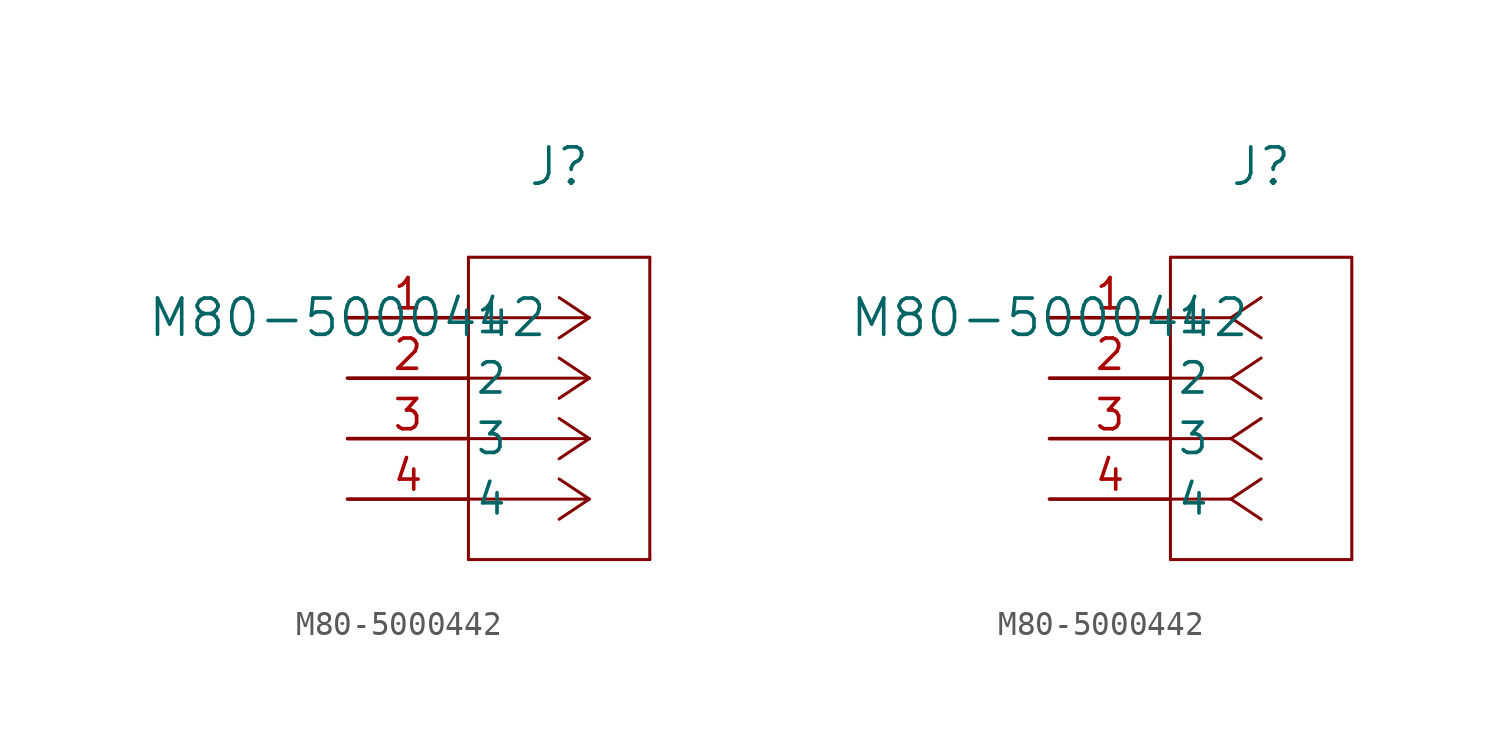
<source format=kicad_sym>
(kicad_symbol_lib
  (version 20211014)
  (generator kicad_symbol_editor)
  (symbol "M80-5000442"
    (pin_names
      (offset 0.254))
    (property "Reference" "J"
      (at 8.89 6.35 0)
      (effects (font (size 1.524 1.524))))
    (property "Value" "M80-5000442"
      (at 0 0 0)
      (effects (font (size 1.524 1.524))))
    (symbol "M80-5000442_1_1"
      (polyline (pts (xy 10.16 0) (xy 5.08 0)) (stroke (width 0.127) (type default) (color 0 0 0 0)) (fill (type none)))
      (polyline (pts (xy 10.16 -2.54) (xy 5.08 -2.54)) (stroke (width 0.127) (type default) (color 0 0 0 0)) (fill (type none)))
      (polyline (pts (xy 10.16 -5.08) (xy 5.08 -5.08)) (stroke (width 0.127) (type default) (color 0 0 0 0)) (fill (type none)))
      (polyline (pts (xy 10.16 -7.62) (xy 5.08 -7.62)) (stroke (width 0.127) (type default) (color 0 0 0 0)) (fill (type none)))
      (polyline (pts (xy 10.16 0) (xy 8.89 0.847)) (stroke (width 0.127) (type default) (color 0 0 0 0)) (fill (type none)))
      (polyline (pts (xy 10.16 -2.54) (xy 8.89 -1.693)) (stroke (width 0.127) (type default) (color 0 0 0 0)) (fill (type none)))
      (polyline (pts (xy 10.16 -5.08) (xy 8.89 -4.233)) (stroke (width 0.127) (type default) (color 0 0 0 0)) (fill (type none)))
      (polyline (pts (xy 10.16 -7.62) (xy 8.89 -6.773)) (stroke (width 0.127) (type default) (color 0 0 0 0)) (fill (type none)))
      (polyline (pts (xy 10.16 0) (xy 8.89 -0.847)) (stroke (width 0.127) (type default) (color 0 0 0 0)) (fill (type none)))
      (polyline (pts (xy 10.16 -2.54) (xy 8.89 -3.387)) (stroke (width 0.127) (type default) (color 0 0 0 0)) (fill (type none)))
      (polyline (pts (xy 10.16 -5.08) (xy 8.89 -5.927)) (stroke (width 0.127) (type default) (color 0 0 0 0)) (fill (type none)))
      (polyline (pts (xy 10.16 -7.62) (xy 8.89 -8.467)) (stroke (width 0.127) (type default) (color 0 0 0 0)) (fill (type none)))
      (polyline (pts (xy 5.08 2.54) (xy 5.08 -10.16)) (stroke (width 0.127) (type default) (color 0 0 0 0)) (fill (type none)))
      (polyline (pts (xy 5.08 -10.16) (xy 12.7 -10.16)) (stroke (width 0.127) (type default) (color 0 0 0 0)) (fill (type none)))
      (polyline (pts (xy 12.7 -10.16) (xy 12.7 2.54)) (stroke (width 0.127) (type default) (color 0 0 0 0)) (fill (type none)))
      (polyline (pts (xy 12.7 2.54) (xy 5.08 2.54)) (stroke (width 0.127) (type default) (color 0 0 0 0)) (fill (type none)))
      (pin unspecified line (at 0 0 0) (length 5.08) (name "1" (effects (font (size 1.27 1.27)))) (number "1" (effects (font (size 1.27 1.27)))))
      (pin unspecified line (at 0 -2.54 0) (length 5.08) (name "2" (effects (font (size 1.27 1.27)))) (number "2" (effects (font (size 1.27 1.27)))))
      (pin unspecified line (at 0 -5.08 0) (length 5.08) (name "3" (effects (font (size 1.27 1.27)))) (number "3" (effects (font (size 1.27 1.27)))))
      (pin unspecified line (at 0 -7.62 0) (length 5.08) (name "4" (effects (font (size 1.27 1.27)))) (number "4" (effects (font (size 1.27 1.27))))))
    (symbol "M80-5000442_1_2"
      (polyline (pts (xy 7.62 0) (xy 5.08 0)) (stroke (width 0.127) (type default) (color 0 0 0 0)) (fill (type none)))
      (polyline (pts (xy 7.62 -2.54) (xy 5.08 -2.54)) (stroke (width 0.127) (type default) (color 0 0 0 0)) (fill (type none)))
      (polyline (pts (xy 7.62 -5.08) (xy 5.08 -5.08)) (stroke (width 0.127) (type default) (color 0 0 0 0)) (fill (type none)))
      (polyline (pts (xy 7.62 -7.62) (xy 5.08 -7.62)) (stroke (width 0.127) (type default) (color 0 0 0 0)) (fill (type none)))
      (polyline (pts (xy 7.62 0) (xy 8.89 0.847)) (stroke (width 0.127) (type default) (color 0 0 0 0)) (fill (type none)))
      (polyline (pts (xy 7.62 -2.54) (xy 8.89 -1.693)) (stroke (width 0.127) (type default) (color 0 0 0 0)) (fill (type none)))
      (polyline (pts (xy 7.62 -5.08) (xy 8.89 -4.233)) (stroke (width 0.127) (type default) (color 0 0 0 0)) (fill (type none)))
      (polyline (pts (xy 7.62 -7.62) (xy 8.89 -6.773)) (stroke (width 0.127) (type default) (color 0 0 0 0)) (fill (type none)))
      (polyline (pts (xy 7.62 0) (xy 8.89 -0.847)) (stroke (width 0.127) (type default) (color 0 0 0 0)) (fill (type none)))
      (polyline (pts (xy 7.62 -2.54) (xy 8.89 -3.387)) (stroke (width 0.127) (type default) (color 0 0 0 0)) (fill (type none)))
      (polyline (pts (xy 7.62 -5.08) (xy 8.89 -5.927)) (stroke (width 0.127) (type default) (color 0 0 0 0)) (fill (type none)))
      (polyline (pts (xy 7.62 -7.62) (xy 8.89 -8.467)) (stroke (width 0.127) (type default) (color 0 0 0 0)) (fill (type none)))
      (polyline (pts (xy 5.08 2.54) (xy 5.08 -10.16)) (stroke (width 0.127) (type default) (color 0 0 0 0)) (fill (type none)))
      (polyline (pts (xy 5.08 -10.16) (xy 12.7 -10.16)) (stroke (width 0.127) (type default) (color 0 0 0 0)) (fill (type none)))
      (polyline (pts (xy 12.7 -10.16) (xy 12.7 2.54)) (stroke (width 0.127) (type default) (color 0 0 0 0)) (fill (type none)))
      (polyline (pts (xy 12.7 2.54) (xy 5.08 2.54)) (stroke (width 0.127) (type default) (color 0 0 0 0)) (fill (type none)))
      (pin unspecified line (at 0 0 0) (length 5.08) (name "1" (effects (font (size 1.27 1.27)))) (number "1" (effects (font (size 1.27 1.27)))))
      (pin unspecified line (at 0 -2.54 0) (length 5.08) (name "2" (effects (font (size 1.27 1.27)))) (number "2" (effects (font (size 1.27 1.27)))))
      (pin unspecified line (at 0 -5.08 0) (length 5.08) (name "3" (effects (font (size 1.27 1.27)))) (number "3" (effects (font (size 1.27 1.27)))))
      (pin unspecified line (at 0 -7.62 0) (length 5.08) (name "4" (effects (font (size 1.27 1.27)))) (number "4" (effects (font (size 1.27 1.27))))))))
</source>
